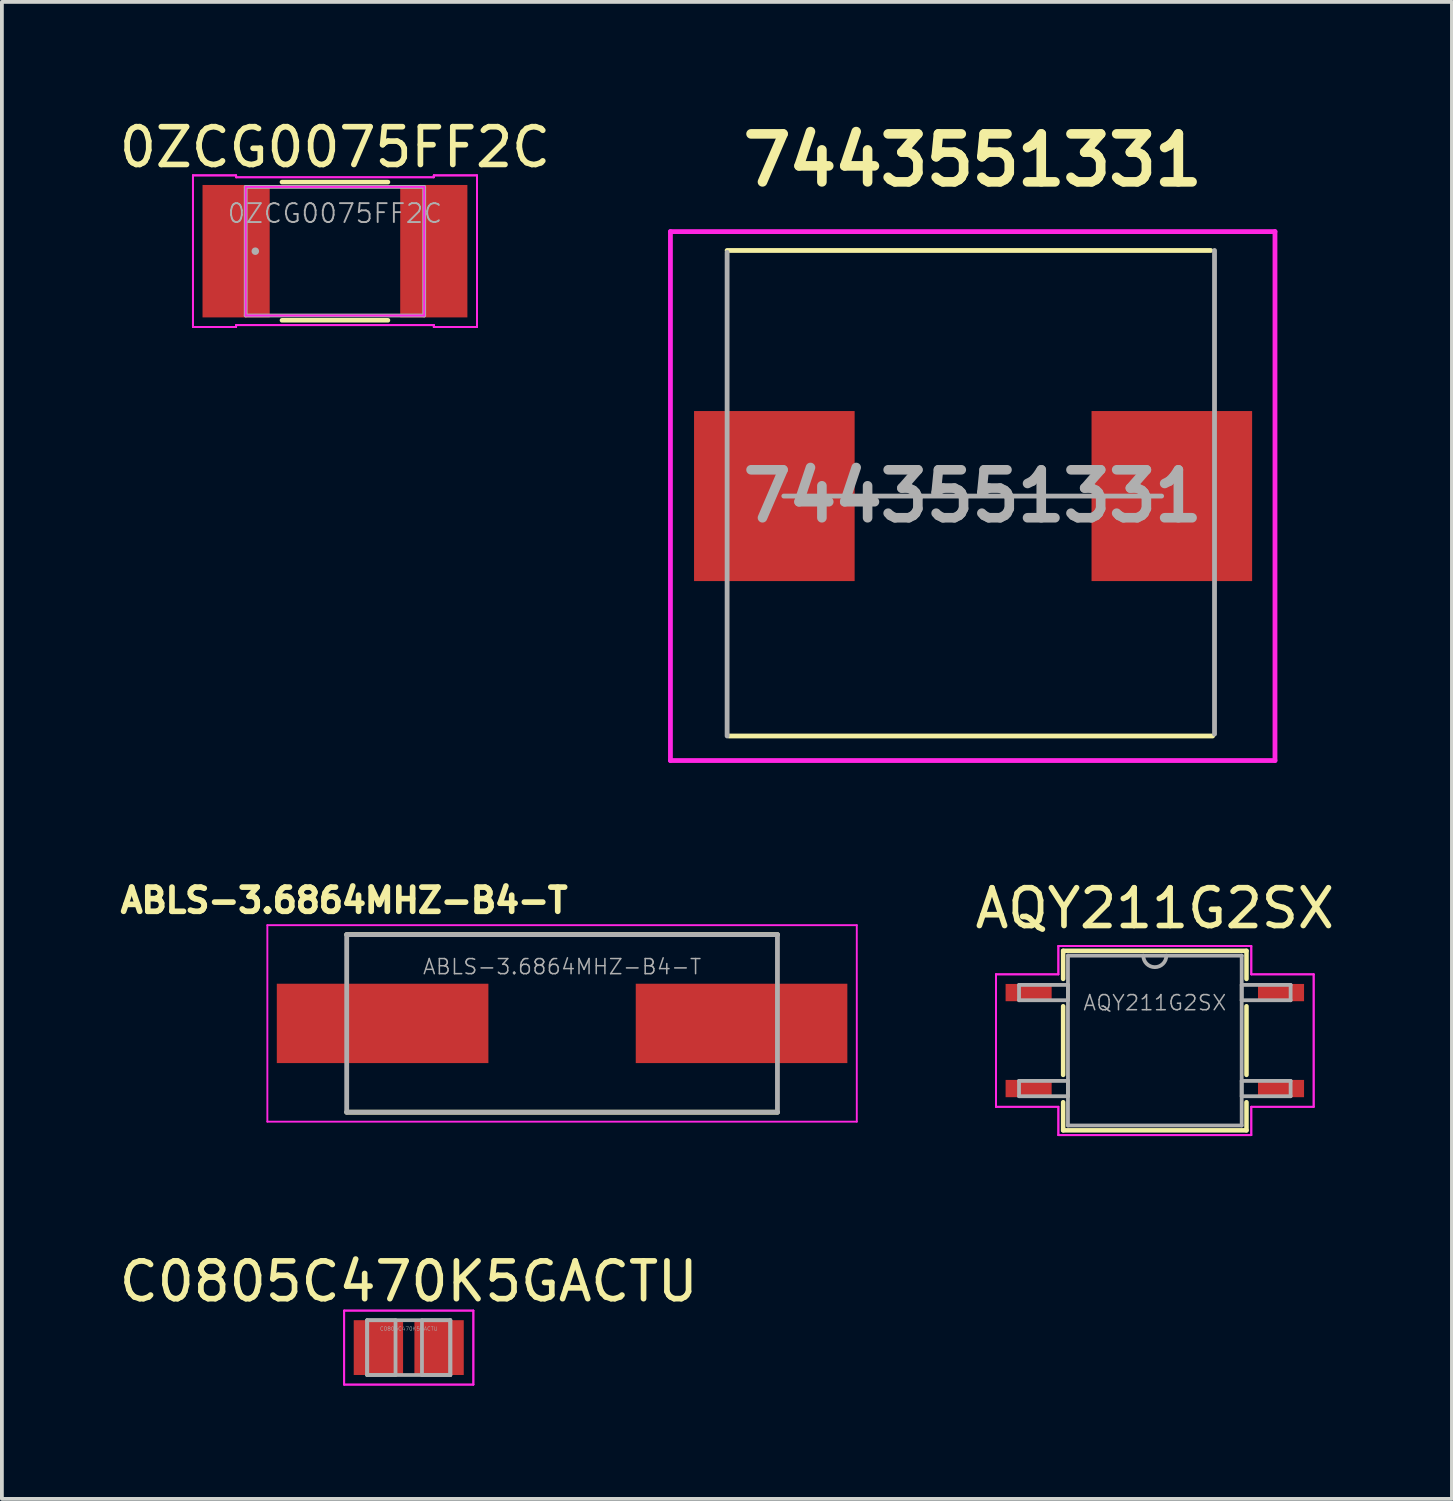
<source format=kicad_pcb>
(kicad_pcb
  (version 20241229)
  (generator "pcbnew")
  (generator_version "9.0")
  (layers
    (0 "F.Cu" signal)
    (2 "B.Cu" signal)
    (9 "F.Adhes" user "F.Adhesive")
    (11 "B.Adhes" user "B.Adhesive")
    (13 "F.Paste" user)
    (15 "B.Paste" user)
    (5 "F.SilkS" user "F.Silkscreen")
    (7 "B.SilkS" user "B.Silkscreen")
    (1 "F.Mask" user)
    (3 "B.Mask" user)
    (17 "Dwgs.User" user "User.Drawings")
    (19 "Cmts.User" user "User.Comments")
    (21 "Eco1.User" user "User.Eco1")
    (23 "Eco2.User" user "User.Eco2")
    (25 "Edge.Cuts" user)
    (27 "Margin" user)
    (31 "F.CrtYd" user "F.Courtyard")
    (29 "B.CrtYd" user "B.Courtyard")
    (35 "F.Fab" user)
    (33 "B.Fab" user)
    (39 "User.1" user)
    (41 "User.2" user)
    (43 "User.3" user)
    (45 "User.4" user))
  (footprint "AQY211G2SX"
    (layer "F.Cu")
    (at 27.514 24.49)
    (property "Reference" "AQY211G2SX" (at 0 -3.5 0) (layer "F.SilkS") (effects (font (size 1 1) (thickness 0.15))))
    (attr through_hole)
    (fp_line (start -2.426 -2.375) (end -2.426 -1.632) (stroke (width 0.12) (type solid)) (layer "F.SilkS"))
    (fp_line (start -2.426 -0.908) (end -2.426 0.908) (stroke (width 0.12) (type solid)) (layer "F.SilkS"))
    (fp_line (start -2.426 1.632) (end -2.426 2.375) (stroke (width 0.12) (type solid)) (layer "F.SilkS"))
    (fp_line (start -2.426 2.375) (end 2.426 2.375) (stroke (width 0.12) (type solid)) (layer "F.SilkS"))
    (fp_line (start 2.426 -2.375) (end -2.426 -2.375) (stroke (width 0.12) (type solid)) (layer "F.SilkS"))
    (fp_line (start 2.426 -1.632) (end 2.426 -2.375) (stroke (width 0.12) (type solid)) (layer "F.SilkS"))
    (fp_line (start 2.426 0.908) (end 2.426 -0.908) (stroke (width 0.12) (type solid)) (layer "F.SilkS"))
    (fp_line (start 2.426 2.375) (end 2.426 1.632) (stroke (width 0.12) (type solid)) (layer "F.SilkS"))
    (fp_line (start -4.204 -1.753) (end -2.553 -1.753) (stroke (width 0.05) (type solid)) (layer "F.CrtYd"))
    (fp_line (start -4.204 -1.753) (end -2.553 -1.753) (stroke (width 0.05) (type solid)) (layer "F.CrtYd"))
    (fp_line (start -4.204 1.753) (end -4.204 -1.753) (stroke (width 0.05) (type solid)) (layer "F.CrtYd"))
    (fp_line (start -4.204 1.753) (end -4.204 -1.753) (stroke (width 0.05) (type solid)) (layer "F.CrtYd"))
    (fp_line (start -4.204 1.753) (end -2.553 1.753) (stroke (width 0.05) (type solid)) (layer "F.CrtYd"))
    (fp_line (start -2.553 -2.502) (end 2.553 -2.502) (stroke (width 0.05) (type solid)) (layer "F.CrtYd"))
    (fp_line (start -2.553 -2.502) (end 2.553 -2.502) (stroke (width 0.05) (type solid)) (layer "F.CrtYd"))
    (fp_line (start -2.553 -1.753) (end -2.553 -2.502) (stroke (width 0.05) (type solid)) (layer "F.CrtYd"))
    (fp_line (start -2.553 -1.753) (end -2.553 -2.502) (stroke (width 0.05) (type solid)) (layer "F.CrtYd"))
    (fp_line (start -2.553 1.753) (end -4.204 1.753) (stroke (width 0.05) (type solid)) (layer "F.CrtYd"))
    (fp_line (start -2.553 2.502) (end -2.553 1.753) (stroke (width 0.05) (type solid)) (layer "F.CrtYd"))
    (fp_line (start -2.553 2.502) (end -2.553 1.753) (stroke (width 0.05) (type solid)) (layer "F.CrtYd"))
    (fp_line (start 2.553 -2.502) (end 2.553 -1.753) (stroke (width 0.05) (type solid)) (layer "F.CrtYd"))
    (fp_line (start 2.553 -2.502) (end 2.553 -1.753) (stroke (width 0.05) (type solid)) (layer "F.CrtYd"))
    (fp_line (start 2.553 -1.753) (end 4.204 -1.753) (stroke (width 0.05) (type solid)) (layer "F.CrtYd"))
    (fp_line (start 2.553 1.753) (end 2.553 2.502) (stroke (width 0.05) (type solid)) (layer "F.CrtYd"))
    (fp_line (start 2.553 1.753) (end 2.553 2.502) (stroke (width 0.05) (type solid)) (layer "F.CrtYd"))
    (fp_line (start 2.553 2.502) (end -2.553 2.502) (stroke (width 0.05) (type solid)) (layer "F.CrtYd"))
    (fp_line (start 2.553 2.502) (end -2.553 2.502) (stroke (width 0.05) (type solid)) (layer "F.CrtYd"))
    (fp_line (start 4.204 -1.753) (end 2.553 -1.753) (stroke (width 0.05) (type solid)) (layer "F.CrtYd"))
    (fp_line (start 4.204 -1.753) (end 4.204 1.753) (stroke (width 0.05) (type solid)) (layer "F.CrtYd"))
    (fp_line (start 4.204 -1.753) (end 4.204 1.753) (stroke (width 0.05) (type solid)) (layer "F.CrtYd"))
    (fp_line (start 4.204 1.753) (end 2.553 1.753) (stroke (width 0.05) (type solid)) (layer "F.CrtYd"))
    (fp_line (start 4.204 1.753) (end 2.553 1.753) (stroke (width 0.05) (type solid)) (layer "F.CrtYd"))
    (fp_line (start -3.594 -1.473) (end -3.594 -1.067) (stroke (width 0.1) (type solid)) (layer "F.Fab"))
    (fp_line (start -3.594 -1.067) (end -2.299 -1.067) (stroke (width 0.1) (type solid)) (layer "F.Fab"))
    (fp_line (start -3.594 1.067) (end -3.594 1.473) (stroke (width 0.1) (type solid)) (layer "F.Fab"))
    (fp_line (start -3.594 1.473) (end -2.299 1.473) (stroke (width 0.1) (type solid)) (layer "F.Fab"))
    (fp_line (start -2.299 -2.248) (end -2.299 2.248) (stroke (width 0.1) (type solid)) (layer "F.Fab"))
    (fp_line (start -2.299 -1.473) (end -3.594 -1.473) (stroke (width 0.1) (type solid)) (layer "F.Fab"))
    (fp_line (start -2.299 -1.067) (end -2.299 -1.473) (stroke (width 0.1) (type solid)) (layer "F.Fab"))
    (fp_line (start -2.299 1.067) (end -3.594 1.067) (stroke (width 0.1) (type solid)) (layer "F.Fab"))
    (fp_line (start -2.299 1.473) (end -2.299 1.067) (stroke (width 0.1) (type solid)) (layer "F.Fab"))
    (fp_line (start -2.299 2.248) (end 2.299 2.248) (stroke (width 0.1) (type solid)) (layer "F.Fab"))
    (fp_line (start 2.299 -2.248) (end -2.299 -2.248) (stroke (width 0.1) (type solid)) (layer "F.Fab"))
    (fp_line (start 2.299 -1.473) (end 2.299 -1.067) (stroke (width 0.1) (type solid)) (layer "F.Fab"))
    (fp_line (start 2.299 -1.067) (end 3.594 -1.067) (stroke (width 0.1) (type solid)) (layer "F.Fab"))
    (fp_line (start 2.299 1.067) (end 2.299 1.473) (stroke (width 0.1) (type solid)) (layer "F.Fab"))
    (fp_line (start 2.299 1.473) (end 3.594 1.473) (stroke (width 0.1) (type solid)) (layer "F.Fab"))
    (fp_line (start 2.299 2.248) (end 2.299 -2.248) (stroke (width 0.1) (type solid)) (layer "F.Fab"))
    (fp_line (start 3.594 -1.473) (end 2.299 -1.473) (stroke (width 0.1) (type solid)) (layer "F.Fab"))
    (fp_line (start 3.594 -1.067) (end 3.594 -1.473) (stroke (width 0.1) (type solid)) (layer "F.Fab"))
    (fp_line (start 3.594 1.067) (end 2.299 1.067) (stroke (width 0.1) (type solid)) (layer "F.Fab"))
    (fp_line (start 3.594 1.473) (end 3.594 1.067) (stroke (width 0.1) (type solid)) (layer "F.Fab"))
    (fp_arc (start 0.3048 -2.2479) (mid 0 -1.9431) (end -0.3048 -2.2479) (stroke (width 0.1) (type solid)) (layer "F.Fab"))
    (fp_text user "${REFERENCE}" (at 0 -1 0) (layer "F.Fab") (effects (font (size 0.4 0.4) (thickness 0.04))))
    (pad "1" smd rect (at -3.34 -1.27) (size 1.219 0.457) (layers "F.Cu" "F.Mask" "F.Paste"))
    (pad "2" smd rect (at -3.34 1.27) (size 1.219 0.457) (layers "F.Cu" "F.Mask" "F.Paste"))
    (pad "3" smd rect (at 3.34 1.27) (size 1.219 0.457) (layers "F.Cu" "F.Mask" "F.Paste"))
    (pad "4" smd rect (at 3.34 -1.27) (size 1.219 0.457) (layers "F.Cu" "F.Mask" "F.Paste")))
  (footprint "ABLS-3.6864MHZ-B4-T"
    (layer "F.Cu")
    (at 11.826 24.036)
    (property "Reference" "ABLS-3.6864MHZ-B4-T" (at -5.768 -3.256 0) (layer "F.SilkS") (effects (font (size 0.64 0.64) (thickness 0.15))))
    (attr through_hole)
    (fp_line (start -5.7 -2.35) (end 5.7 -2.35) (stroke (width 0.127) (type solid)) (layer "F.SilkS"))
    (fp_line (start -5.7 2.35) (end 5.7 2.35) (stroke (width 0.127) (type solid)) (layer "F.SilkS"))
    (fp_line (start -7.8 -2.6) (end -7.8 2.6) (stroke (width 0.05) (type solid)) (layer "F.CrtYd"))
    (fp_line (start -7.8 2.6) (end 7.8 2.6) (stroke (width 0.05) (type solid)) (layer "F.CrtYd"))
    (fp_line (start 7.8 -2.6) (end -7.8 -2.6) (stroke (width 0.05) (type solid)) (layer "F.CrtYd"))
    (fp_line (start 7.8 2.6) (end 7.8 -2.6) (stroke (width 0.05) (type solid)) (layer "F.CrtYd"))
    (fp_line (start -5.7 -2.35) (end -5.7 2.35) (stroke (width 0.127) (type solid)) (layer "F.Fab"))
    (fp_line (start -5.7 -2.35) (end 5.7 -2.35) (stroke (width 0.127) (type solid)) (layer "F.Fab"))
    (fp_line (start -5.7 2.35) (end 5.7 2.35) (stroke (width 0.127) (type solid)) (layer "F.Fab"))
    (fp_line (start 5.7 -2.35) (end 5.7 2.35) (stroke (width 0.127) (type solid)) (layer "F.Fab"))
    (fp_text user "${REFERENCE}" (at 0 -1.5 0) (layer "F.Fab") (effects (font (size 0.4 0.4) (thickness 0.04))))
    (pad "1" smd rect (at -4.75 0) (size 5.6 2.1) (layers "F.Cu" "F.Mask" "F.Paste"))
    (pad "2" smd rect (at 4.75 0) (size 5.6 2.1) (layers "F.Cu" "F.Mask" "F.Paste")))
  (footprint "0ZCG0075FF2C"
    (layer "F.Cu")
    (at 5.815 3.598)
    (property "Reference" "0ZCG0075FF2C" (at 0 -2.75 0) (layer "F.SilkS") (effects (font (size 1 1) (thickness 0.15))))
    (attr through_hole)
    (fp_line (start -1.403 1.829) (end 1.403 1.829) (stroke (width 0.12) (type solid)) (layer "F.SilkS"))
    (fp_line (start 1.403 -1.829) (end -1.403 -1.829) (stroke (width 0.12) (type solid)) (layer "F.SilkS"))
    (fp_line (start -3.759 -2.007) (end -2.616 -2.007) (stroke (width 0.05) (type solid)) (layer "F.CrtYd"))
    (fp_line (start -3.759 -2.007) (end -2.616 -2.007) (stroke (width 0.05) (type solid)) (layer "F.CrtYd"))
    (fp_line (start -3.759 2.007) (end -3.759 -2.007) (stroke (width 0.05) (type solid)) (layer "F.CrtYd"))
    (fp_line (start -3.759 2.007) (end -3.759 -2.007) (stroke (width 0.05) (type solid)) (layer "F.CrtYd"))
    (fp_line (start -3.759 2.007) (end -2.616 2.007) (stroke (width 0.05) (type solid)) (layer "F.CrtYd"))
    (fp_line (start -2.616 -2.007) (end -2.616 -1.956) (stroke (width 0.05) (type solid)) (layer "F.CrtYd"))
    (fp_line (start -2.616 -2.007) (end -2.616 -1.956) (stroke (width 0.05) (type solid)) (layer "F.CrtYd"))
    (fp_line (start -2.616 -1.956) (end 2.616 -1.956) (stroke (width 0.05) (type solid)) (layer "F.CrtYd"))
    (fp_line (start -2.616 -1.956) (end 2.616 -1.956) (stroke (width 0.05) (type solid)) (layer "F.CrtYd"))
    (fp_line (start -2.616 1.956) (end -2.616 2.007) (stroke (width 0.05) (type solid)) (layer "F.CrtYd"))
    (fp_line (start -2.616 1.956) (end 2.616 1.956) (stroke (width 0.05) (type solid)) (layer "F.CrtYd"))
    (fp_line (start -2.616 2.007) (end -3.759 2.007) (stroke (width 0.05) (type solid)) (layer "F.CrtYd"))
    (fp_line (start -2.616 2.007) (end -2.616 1.956) (stroke (width 0.05) (type solid)) (layer "F.CrtYd"))
    (fp_line (start -2.362 -1.702) (end 2.362 -1.702) (stroke (width 0.05) (type solid)) (layer "F.CrtYd"))
    (fp_line (start -2.362 1.702) (end -2.362 -1.702) (stroke (width 0.05) (type solid)) (layer "F.CrtYd"))
    (fp_line (start 2.362 -1.702) (end 2.362 1.702) (stroke (width 0.05) (type solid)) (layer "F.CrtYd"))
    (fp_line (start 2.362 1.702) (end -2.362 1.702) (stroke (width 0.05) (type solid)) (layer "F.CrtYd"))
    (fp_line (start 2.616 -2.007) (end 3.759 -2.007) (stroke (width 0.05) (type solid)) (layer "F.CrtYd"))
    (fp_line (start 2.616 -2.007) (end 3.759 -2.007) (stroke (width 0.05) (type solid)) (layer "F.CrtYd"))
    (fp_line (start 2.616 -1.956) (end 2.616 -2.007) (stroke (width 0.05) (type solid)) (layer "F.CrtYd"))
    (fp_line (start 2.616 -1.956) (end 2.616 -2.007) (stroke (width 0.05) (type solid)) (layer "F.CrtYd"))
    (fp_line (start 2.616 1.956) (end -2.616 1.956) (stroke (width 0.05) (type solid)) (layer "F.CrtYd"))
    (fp_line (start 2.616 1.956) (end 2.616 1.956) (stroke (width 0.05) (type solid)) (layer "F.CrtYd"))
    (fp_line (start 2.616 1.956) (end 2.616 2.007) (stroke (width 0.05) (type solid)) (layer "F.CrtYd"))
    (fp_line (start 2.616 2.007) (end 2.616 1.956) (stroke (width 0.05) (type solid)) (layer "F.CrtYd"))
    (fp_line (start 2.616 2.007) (end 3.759 2.007) (stroke (width 0.05) (type solid)) (layer "F.CrtYd"))
    (fp_line (start 3.759 -2.007) (end 3.759 2.007) (stroke (width 0.05) (type solid)) (layer "F.CrtYd"))
    (fp_line (start 3.759 -2.007) (end 3.759 2.007) (stroke (width 0.05) (type solid)) (layer "F.CrtYd"))
    (fp_line (start 3.759 2.007) (end 2.616 2.007) (stroke (width 0.05) (type solid)) (layer "F.CrtYd"))
    (fp_line (start -2.362 -1.702) (end -2.362 1.702) (stroke (width 0.1) (type solid)) (layer "F.Fab"))
    (fp_line (start -2.362 1.702) (end 2.362 1.702) (stroke (width 0.1) (type solid)) (layer "F.Fab"))
    (fp_line (start 2.362 -1.702) (end -2.362 -1.702) (stroke (width 0.1) (type solid)) (layer "F.Fab"))
    (fp_line (start 2.362 1.702) (end 2.362 -1.702) (stroke (width 0.1) (type solid)) (layer "F.Fab"))
    (fp_circle (center -2.108 0) (end -2.108 0) (stroke (width 0.1) (type solid)) (fill no) (layer "F.Fab"))
    (fp_text user "${REFERENCE}" (at 0 -1 0) (layer "F.Fab") (effects (font (size 0.5 0.5) (thickness 0.05))))
    (pad "1" smd rect (at -2.616 0) (size 1.778 3.505) (layers "F.Cu" "F.Mask" "F.Paste"))
    (pad "2" smd rect (at 2.616 0) (size 1.778 3.505) (layers "F.Cu" "F.Mask" "F.Paste")))
  (footprint "7443551331"
    (layer "F.Cu")
    (at 22.694 10.079)
    (property "Reference" "7443551331" (at 0 -8.89 0) (layer "F.SilkS") (effects (font (size 1.27 1.27) (thickness 0.254))))
    (attr smd)
    (fp_line (start -6.5 -6.5) (end 6.3 -6.5) (stroke (width 0.127) (type solid)) (layer "F.SilkS"))
    (fp_line (start -6.45 6.35) (end 6.35 6.35) (stroke (width 0.127) (type solid)) (layer "F.SilkS"))
    (fp_line (start -8 -7) (end -8 7) (stroke (width 0.127) (type solid)) (layer "F.CrtYd"))
    (fp_line (start -8 7) (end 8 7) (stroke (width 0.127) (type solid)) (layer "F.CrtYd"))
    (fp_line (start 8 -7) (end -8 -7) (stroke (width 0.127) (type solid)) (layer "F.CrtYd"))
    (fp_line (start 8 7) (end 8 -7) (stroke (width 0.127) (type solid)) (layer "F.CrtYd"))
    (fp_line (start -6.5 6.35) (end -6.5 -6.45) (stroke (width 0.127) (type solid)) (layer "F.Fab"))
    (fp_line (start -5 0) (end 5 0) (stroke (width 0.127) (type solid)) (layer "F.Fab"))
    (fp_line (start 6.4 6.3) (end 6.4 -6.5) (stroke (width 0.127) (type solid)) (layer "F.Fab"))
    (fp_text user "${REFERENCE}" (at 0 0 0) (layer "F.Fab") (effects (font (size 1.27 1.27) (thickness 0.254))))
    (pad "1" smd rect (at -5.25 0) (size 4.25 4.5) (layers "F.Cu" "F.Mask" "F.Paste"))
    (pad "2" smd rect (at 5.27 0) (size 4.25 4.5) (layers "F.Cu" "F.Mask" "F.Paste")))
  (footprint "C0805C470K5GACTU"
    (layer "F.Cu")
    (at 7.768 32.616)
    (property "Reference" "C0805C470K5GACTU" (at 0 -1.75 0) (layer "F.SilkS") (effects (font (size 1 1) (thickness 0.15))))
    (attr through_hole)
    (fp_line (start -1.71 -0.979) (end 1.71 -0.979) (stroke (width 0.05) (type solid)) (layer "F.CrtYd"))
    (fp_line (start -1.71 -0.979) (end 1.71 -0.979) (stroke (width 0.05) (type solid)) (layer "F.CrtYd"))
    (fp_line (start -1.71 0.979) (end -1.71 -0.979) (stroke (width 0.05) (type solid)) (layer "F.CrtYd"))
    (fp_line (start -1.71 0.979) (end -1.71 -0.979) (stroke (width 0.05) (type solid)) (layer "F.CrtYd"))
    (fp_line (start 1.71 -0.979) (end 1.71 0.979) (stroke (width 0.05) (type solid)) (layer "F.CrtYd"))
    (fp_line (start 1.71 -0.979) (end 1.71 0.979) (stroke (width 0.05) (type solid)) (layer "F.CrtYd"))
    (fp_line (start 1.71 0.979) (end -1.71 0.979) (stroke (width 0.05) (type solid)) (layer "F.CrtYd"))
    (fp_line (start 1.71 0.979) (end -1.71 0.979) (stroke (width 0.05) (type solid)) (layer "F.CrtYd"))
    (fp_line (start -1.1 -0.725) (end -1.1 0.725) (stroke (width 0.1) (type solid)) (layer "F.Fab"))
    (fp_line (start -1.1 -0.725) (end -1.1 0.725) (stroke (width 0.1) (type solid)) (layer "F.Fab"))
    (fp_line (start -1.1 0.725) (end -0.35 0.725) (stroke (width 0.1) (type solid)) (layer "F.Fab"))
    (fp_line (start -1.1 0.725) (end 1.1 0.725) (stroke (width 0.1) (type solid)) (layer "F.Fab"))
    (fp_line (start -0.35 -0.725) (end -1.1 -0.725) (stroke (width 0.1) (type solid)) (layer "F.Fab"))
    (fp_line (start -0.35 0.725) (end -0.35 -0.725) (stroke (width 0.1) (type solid)) (layer "F.Fab"))
    (fp_line (start 0.35 -0.725) (end 0.35 0.725) (stroke (width 0.1) (type solid)) (layer "F.Fab"))
    (fp_line (start 0.35 0.725) (end 1.1 0.725) (stroke (width 0.1) (type solid)) (layer "F.Fab"))
    (fp_line (start 1.1 -0.725) (end -1.1 -0.725) (stroke (width 0.1) (type solid)) (layer "F.Fab"))
    (fp_line (start 1.1 -0.725) (end 0.35 -0.725) (stroke (width 0.1) (type solid)) (layer "F.Fab"))
    (fp_line (start 1.1 0.725) (end 1.1 -0.725) (stroke (width 0.1) (type solid)) (layer "F.Fab"))
    (fp_line (start 1.1 0.725) (end 1.1 -0.725) (stroke (width 0.1) (type solid)) (layer "F.Fab"))
    (fp_text user "${REFERENCE}" (at 0 -0.5 0) (layer "F.Fab") (effects (font (size 0.1 0.1) (thickness 0.01))))
    (pad "1" smd rect (at -0.803 0) (size 1.306 1.45) (layers "F.Cu" "F.Mask" "F.Paste"))
    (pad "2" smd rect (at 0.803 0) (size 1.306 1.45) (layers "F.Cu" "F.Mask" "F.Paste")))
  (gr_rect
    (start -3 -3)
    (end 35.377 36.62)
    (stroke (width 0.1) (type default))
    (fill no)
    (layer "Edge.Cuts")))
</source>
